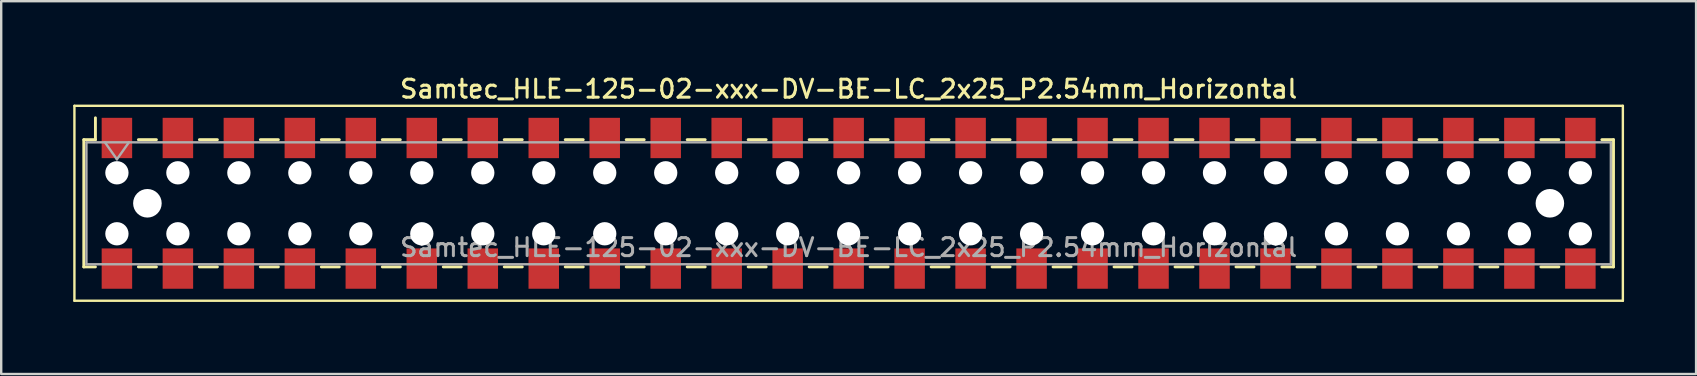
<source format=kicad_pcb>
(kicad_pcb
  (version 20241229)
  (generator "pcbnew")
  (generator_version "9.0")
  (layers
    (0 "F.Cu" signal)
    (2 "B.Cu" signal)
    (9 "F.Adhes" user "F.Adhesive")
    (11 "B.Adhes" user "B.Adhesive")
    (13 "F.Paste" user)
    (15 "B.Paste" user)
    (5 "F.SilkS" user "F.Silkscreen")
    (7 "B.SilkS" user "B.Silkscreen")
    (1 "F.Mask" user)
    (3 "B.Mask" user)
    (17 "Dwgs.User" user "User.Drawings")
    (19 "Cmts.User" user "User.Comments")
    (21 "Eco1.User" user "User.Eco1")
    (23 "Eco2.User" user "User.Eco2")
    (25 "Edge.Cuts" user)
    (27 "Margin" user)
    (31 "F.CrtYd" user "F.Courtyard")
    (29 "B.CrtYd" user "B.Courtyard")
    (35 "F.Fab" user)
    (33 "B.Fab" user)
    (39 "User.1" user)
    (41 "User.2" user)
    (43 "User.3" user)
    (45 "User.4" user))
  (footprint "Samtec_HLE-125-02-xxx-DV-BE-LC_2x25_P2.54mm_Horizontal"
    (layer "F.Cu")
    (at 32.3 5.418)
    (property "Reference" "Samtec_HLE-125-02-xxx-DV-BE-LC_2x25_P2.54mm_Horizontal" (at 0 -4.76 0) (layer "F.SilkS") (effects (font (size 0.75 0.75) (thickness 0.125))))
    (attr smd)
    (fp_line (start -32.25 -4.06) (end 32.25 -4.06) (stroke (width 0.1) (type solid)) (layer "F.SilkS"))
    (fp_line (start -32.25 4.06) (end -32.25 -4.06) (stroke (width 0.1) (type solid)) (layer "F.SilkS"))
    (fp_line (start -31.86 -2.65) (end -31.86 2.65) (stroke (width 0.12) (type solid)) (layer "F.SilkS"))
    (fp_line (start -31.86 2.65) (end -31.375 2.65) (stroke (width 0.12) (type solid)) (layer "F.SilkS"))
    (fp_line (start -31.375 -3.56) (end -31.375 -2.65) (stroke (width 0.12) (type solid)) (layer "F.SilkS"))
    (fp_line (start -31.375 -2.65) (end -31.86 -2.65) (stroke (width 0.12) (type solid)) (layer "F.SilkS"))
    (fp_line (start -29.585 -2.65) (end -28.835 -2.65) (stroke (width 0.12) (type solid)) (layer "F.SilkS"))
    (fp_line (start -29.585 2.65) (end -28.835 2.65) (stroke (width 0.12) (type solid)) (layer "F.SilkS"))
    (fp_line (start -27.045 -2.65) (end -26.295 -2.65) (stroke (width 0.12) (type solid)) (layer "F.SilkS"))
    (fp_line (start -27.045 2.65) (end -26.295 2.65) (stroke (width 0.12) (type solid)) (layer "F.SilkS"))
    (fp_line (start -24.505 -2.65) (end -23.755 -2.65) (stroke (width 0.12) (type solid)) (layer "F.SilkS"))
    (fp_line (start -24.505 2.65) (end -23.755 2.65) (stroke (width 0.12) (type solid)) (layer "F.SilkS"))
    (fp_line (start -21.965 -2.65) (end -21.215 -2.65) (stroke (width 0.12) (type solid)) (layer "F.SilkS"))
    (fp_line (start -21.965 2.65) (end -21.215 2.65) (stroke (width 0.12) (type solid)) (layer "F.SilkS"))
    (fp_line (start -19.425 -2.65) (end -18.675 -2.65) (stroke (width 0.12) (type solid)) (layer "F.SilkS"))
    (fp_line (start -19.425 2.65) (end -18.675 2.65) (stroke (width 0.12) (type solid)) (layer "F.SilkS"))
    (fp_line (start -16.885 -2.65) (end -16.135 -2.65) (stroke (width 0.12) (type solid)) (layer "F.SilkS"))
    (fp_line (start -16.885 2.65) (end -16.135 2.65) (stroke (width 0.12) (type solid)) (layer "F.SilkS"))
    (fp_line (start -14.345 -2.65) (end -13.595 -2.65) (stroke (width 0.12) (type solid)) (layer "F.SilkS"))
    (fp_line (start -14.345 2.65) (end -13.595 2.65) (stroke (width 0.12) (type solid)) (layer "F.SilkS"))
    (fp_line (start -11.805 -2.65) (end -11.055 -2.65) (stroke (width 0.12) (type solid)) (layer "F.SilkS"))
    (fp_line (start -11.805 2.65) (end -11.055 2.65) (stroke (width 0.12) (type solid)) (layer "F.SilkS"))
    (fp_line (start -9.265 -2.65) (end -8.515 -2.65) (stroke (width 0.12) (type solid)) (layer "F.SilkS"))
    (fp_line (start -9.265 2.65) (end -8.515 2.65) (stroke (width 0.12) (type solid)) (layer "F.SilkS"))
    (fp_line (start -6.725 -2.65) (end -5.975 -2.65) (stroke (width 0.12) (type solid)) (layer "F.SilkS"))
    (fp_line (start -6.725 2.65) (end -5.975 2.65) (stroke (width 0.12) (type solid)) (layer "F.SilkS"))
    (fp_line (start -4.185 -2.65) (end -3.435 -2.65) (stroke (width 0.12) (type solid)) (layer "F.SilkS"))
    (fp_line (start -4.185 2.65) (end -3.435 2.65) (stroke (width 0.12) (type solid)) (layer "F.SilkS"))
    (fp_line (start -1.645 -2.65) (end -0.895 -2.65) (stroke (width 0.12) (type solid)) (layer "F.SilkS"))
    (fp_line (start -1.645 2.65) (end -0.895 2.65) (stroke (width 0.12) (type solid)) (layer "F.SilkS"))
    (fp_line (start 0.895 -2.65) (end 1.645 -2.65) (stroke (width 0.12) (type solid)) (layer "F.SilkS"))
    (fp_line (start 0.895 2.65) (end 1.645 2.65) (stroke (width 0.12) (type solid)) (layer "F.SilkS"))
    (fp_line (start 3.435 -2.65) (end 4.185 -2.65) (stroke (width 0.12) (type solid)) (layer "F.SilkS"))
    (fp_line (start 3.435 2.65) (end 4.185 2.65) (stroke (width 0.12) (type solid)) (layer "F.SilkS"))
    (fp_line (start 5.975 -2.65) (end 6.725 -2.65) (stroke (width 0.12) (type solid)) (layer "F.SilkS"))
    (fp_line (start 5.975 2.65) (end 6.725 2.65) (stroke (width 0.12) (type solid)) (layer "F.SilkS"))
    (fp_line (start 8.515 -2.65) (end 9.265 -2.65) (stroke (width 0.12) (type solid)) (layer "F.SilkS"))
    (fp_line (start 8.515 2.65) (end 9.265 2.65) (stroke (width 0.12) (type solid)) (layer "F.SilkS"))
    (fp_line (start 11.055 -2.65) (end 11.805 -2.65) (stroke (width 0.12) (type solid)) (layer "F.SilkS"))
    (fp_line (start 11.055 2.65) (end 11.805 2.65) (stroke (width 0.12) (type solid)) (layer "F.SilkS"))
    (fp_line (start 13.595 -2.65) (end 14.345 -2.65) (stroke (width 0.12) (type solid)) (layer "F.SilkS"))
    (fp_line (start 13.595 2.65) (end 14.345 2.65) (stroke (width 0.12) (type solid)) (layer "F.SilkS"))
    (fp_line (start 16.135 -2.65) (end 16.885 -2.65) (stroke (width 0.12) (type solid)) (layer "F.SilkS"))
    (fp_line (start 16.135 2.65) (end 16.885 2.65) (stroke (width 0.12) (type solid)) (layer "F.SilkS"))
    (fp_line (start 18.675 -2.65) (end 19.425 -2.65) (stroke (width 0.12) (type solid)) (layer "F.SilkS"))
    (fp_line (start 18.675 2.65) (end 19.425 2.65) (stroke (width 0.12) (type solid)) (layer "F.SilkS"))
    (fp_line (start 21.215 -2.65) (end 21.965 -2.65) (stroke (width 0.12) (type solid)) (layer "F.SilkS"))
    (fp_line (start 21.215 2.65) (end 21.965 2.65) (stroke (width 0.12) (type solid)) (layer "F.SilkS"))
    (fp_line (start 23.755 -2.65) (end 24.505 -2.65) (stroke (width 0.12) (type solid)) (layer "F.SilkS"))
    (fp_line (start 23.755 2.65) (end 24.505 2.65) (stroke (width 0.12) (type solid)) (layer "F.SilkS"))
    (fp_line (start 26.295 -2.65) (end 27.045 -2.65) (stroke (width 0.12) (type solid)) (layer "F.SilkS"))
    (fp_line (start 26.295 2.65) (end 27.045 2.65) (stroke (width 0.12) (type solid)) (layer "F.SilkS"))
    (fp_line (start 28.835 -2.65) (end 29.585 -2.65) (stroke (width 0.12) (type solid)) (layer "F.SilkS"))
    (fp_line (start 28.835 2.65) (end 29.585 2.65) (stroke (width 0.12) (type solid)) (layer "F.SilkS"))
    (fp_line (start 31.375 -2.65) (end 31.86 -2.65) (stroke (width 0.12) (type solid)) (layer "F.SilkS"))
    (fp_line (start 31.86 -2.65) (end 31.86 2.65) (stroke (width 0.12) (type solid)) (layer "F.SilkS"))
    (fp_line (start 31.86 2.65) (end 31.375 2.65) (stroke (width 0.12) (type solid)) (layer "F.SilkS"))
    (fp_line (start 32.25 -4.06) (end 32.25 4.06) (stroke (width 0.1) (type solid)) (layer "F.SilkS"))
    (fp_line (start 32.25 4.06) (end -32.25 4.06) (stroke (width 0.1) (type solid)) (layer "F.SilkS"))
    (fp_line (start -31.75 -2.54) (end 31.75 -2.54) (stroke (width 0.1) (type solid)) (layer "F.Fab"))
    (fp_line (start -31.75 2.54) (end -31.75 -2.54) (stroke (width 0.1) (type solid)) (layer "F.Fab"))
    (fp_line (start -30.98 -2.54) (end -30.48 -1.833) (stroke (width 0.1) (type solid)) (layer "F.Fab"))
    (fp_line (start -30.48 -1.833) (end -29.98 -2.54) (stroke (width 0.1) (type solid)) (layer "F.Fab"))
    (fp_line (start 31.75 -2.54) (end 31.75 2.54) (stroke (width 0.1) (type solid)) (layer "F.Fab"))
    (fp_line (start 31.75 2.54) (end -31.75 2.54) (stroke (width 0.1) (type solid)) (layer "F.Fab"))
    (fp_text user "${REFERENCE}" (at 0 1.84 0) (layer "F.Fab") (effects (font (size 0.75 0.75) (thickness 0.125))))
    (pad "" np_thru_hole circle (at -30.48 -1.27) (size 0.97 0.97) (drill 0.97) (layers "*.Cu" "*.Mask"))
    (pad "" np_thru_hole circle (at -30.48 1.27) (size 0.97 0.97) (drill 0.97) (layers "*.Cu" "*.Mask"))
    (pad "" np_thru_hole circle (at -29.21 0) (size 1.19 1.19) (drill 1.19) (layers "*.Cu" "*.Mask"))
    (pad "" np_thru_hole circle (at -27.94 -1.27) (size 0.97 0.97) (drill 0.97) (layers "*.Cu" "*.Mask"))
    (pad "" np_thru_hole circle (at -27.94 1.27) (size 0.97 0.97) (drill 0.97) (layers "*.Cu" "*.Mask"))
    (pad "" np_thru_hole circle (at -25.4 -1.27) (size 0.97 0.97) (drill 0.97) (layers "*.Cu" "*.Mask"))
    (pad "" np_thru_hole circle (at -25.4 1.27) (size 0.97 0.97) (drill 0.97) (layers "*.Cu" "*.Mask"))
    (pad "" np_thru_hole circle (at -22.86 -1.27) (size 0.97 0.97) (drill 0.97) (layers "*.Cu" "*.Mask"))
    (pad "" np_thru_hole circle (at -22.86 1.27) (size 0.97 0.97) (drill 0.97) (layers "*.Cu" "*.Mask"))
    (pad "" np_thru_hole circle (at -20.32 -1.27) (size 0.97 0.97) (drill 0.97) (layers "*.Cu" "*.Mask"))
    (pad "" np_thru_hole circle (at -20.32 1.27) (size 0.97 0.97) (drill 0.97) (layers "*.Cu" "*.Mask"))
    (pad "" np_thru_hole circle (at -17.78 -1.27) (size 0.97 0.97) (drill 0.97) (layers "*.Cu" "*.Mask"))
    (pad "" np_thru_hole circle (at -17.78 1.27) (size 0.97 0.97) (drill 0.97) (layers "*.Cu" "*.Mask"))
    (pad "" np_thru_hole circle (at -15.24 -1.27) (size 0.97 0.97) (drill 0.97) (layers "*.Cu" "*.Mask"))
    (pad "" np_thru_hole circle (at -15.24 1.27) (size 0.97 0.97) (drill 0.97) (layers "*.Cu" "*.Mask"))
    (pad "" np_thru_hole circle (at -12.7 -1.27) (size 0.97 0.97) (drill 0.97) (layers "*.Cu" "*.Mask"))
    (pad "" np_thru_hole circle (at -12.7 1.27) (size 0.97 0.97) (drill 0.97) (layers "*.Cu" "*.Mask"))
    (pad "" np_thru_hole circle (at -10.16 -1.27) (size 0.97 0.97) (drill 0.97) (layers "*.Cu" "*.Mask"))
    (pad "" np_thru_hole circle (at -10.16 1.27) (size 0.97 0.97) (drill 0.97) (layers "*.Cu" "*.Mask"))
    (pad "" np_thru_hole circle (at -7.62 -1.27) (size 0.97 0.97) (drill 0.97) (layers "*.Cu" "*.Mask"))
    (pad "" np_thru_hole circle (at -7.62 1.27) (size 0.97 0.97) (drill 0.97) (layers "*.Cu" "*.Mask"))
    (pad "" np_thru_hole circle (at -5.08 -1.27) (size 0.97 0.97) (drill 0.97) (layers "*.Cu" "*.Mask"))
    (pad "" np_thru_hole circle (at -5.08 1.27) (size 0.97 0.97) (drill 0.97) (layers "*.Cu" "*.Mask"))
    (pad "" np_thru_hole circle (at -2.54 -1.27) (size 0.97 0.97) (drill 0.97) (layers "*.Cu" "*.Mask"))
    (pad "" np_thru_hole circle (at -2.54 1.27) (size 0.97 0.97) (drill 0.97) (layers "*.Cu" "*.Mask"))
    (pad "" np_thru_hole circle (at 0 -1.27) (size 0.97 0.97) (drill 0.97) (layers "*.Cu" "*.Mask"))
    (pad "" np_thru_hole circle (at 0 1.27) (size 0.97 0.97) (drill 0.97) (layers "*.Cu" "*.Mask"))
    (pad "" np_thru_hole circle (at 2.54 -1.27) (size 0.97 0.97) (drill 0.97) (layers "*.Cu" "*.Mask"))
    (pad "" np_thru_hole circle (at 2.54 1.27) (size 0.97 0.97) (drill 0.97) (layers "*.Cu" "*.Mask"))
    (pad "" np_thru_hole circle (at 5.08 -1.27) (size 0.97 0.97) (drill 0.97) (layers "*.Cu" "*.Mask"))
    (pad "" np_thru_hole circle (at 5.08 1.27) (size 0.97 0.97) (drill 0.97) (layers "*.Cu" "*.Mask"))
    (pad "" np_thru_hole circle (at 7.62 -1.27) (size 0.97 0.97) (drill 0.97) (layers "*.Cu" "*.Mask"))
    (pad "" np_thru_hole circle (at 7.62 1.27) (size 0.97 0.97) (drill 0.97) (layers "*.Cu" "*.Mask"))
    (pad "" np_thru_hole circle (at 10.16 -1.27) (size 0.97 0.97) (drill 0.97) (layers "*.Cu" "*.Mask"))
    (pad "" np_thru_hole circle (at 10.16 1.27) (size 0.97 0.97) (drill 0.97) (layers "*.Cu" "*.Mask"))
    (pad "" np_thru_hole circle (at 12.7 -1.27) (size 0.97 0.97) (drill 0.97) (layers "*.Cu" "*.Mask"))
    (pad "" np_thru_hole circle (at 12.7 1.27) (size 0.97 0.97) (drill 0.97) (layers "*.Cu" "*.Mask"))
    (pad "" np_thru_hole circle (at 15.24 -1.27) (size 0.97 0.97) (drill 0.97) (layers "*.Cu" "*.Mask"))
    (pad "" np_thru_hole circle (at 15.24 1.27) (size 0.97 0.97) (drill 0.97) (layers "*.Cu" "*.Mask"))
    (pad "" np_thru_hole circle (at 17.78 -1.27) (size 0.97 0.97) (drill 0.97) (layers "*.Cu" "*.Mask"))
    (pad "" np_thru_hole circle (at 17.78 1.27) (size 0.97 0.97) (drill 0.97) (layers "*.Cu" "*.Mask"))
    (pad "" np_thru_hole circle (at 20.32 -1.27) (size 0.97 0.97) (drill 0.97) (layers "*.Cu" "*.Mask"))
    (pad "" np_thru_hole circle (at 20.32 1.27) (size 0.97 0.97) (drill 0.97) (layers "*.Cu" "*.Mask"))
    (pad "" np_thru_hole circle (at 22.86 -1.27) (size 0.97 0.97) (drill 0.97) (layers "*.Cu" "*.Mask"))
    (pad "" np_thru_hole circle (at 22.86 1.27) (size 0.97 0.97) (drill 0.97) (layers "*.Cu" "*.Mask"))
    (pad "" np_thru_hole circle (at 25.4 -1.27) (size 0.97 0.97) (drill 0.97) (layers "*.Cu" "*.Mask"))
    (pad "" np_thru_hole circle (at 25.4 1.27) (size 0.97 0.97) (drill 0.97) (layers "*.Cu" "*.Mask"))
    (pad "" np_thru_hole circle (at 27.94 -1.27) (size 0.97 0.97) (drill 0.97) (layers "*.Cu" "*.Mask"))
    (pad "" np_thru_hole circle (at 27.94 1.27) (size 0.97 0.97) (drill 0.97) (layers "*.Cu" "*.Mask"))
    (pad "" np_thru_hole circle (at 29.21 0) (size 1.19 1.19) (drill 1.19) (layers "*.Cu" "*.Mask"))
    (pad "" np_thru_hole circle (at 30.48 -1.27) (size 0.97 0.97) (drill 0.97) (layers "*.Cu" "*.Mask"))
    (pad "" np_thru_hole circle (at 30.48 1.27) (size 0.97 0.97) (drill 0.97) (layers "*.Cu" "*.Mask"))
    (pad "1" smd rect (at -30.48 -2.72) (size 1.27 1.68) (layers "F.Cu" "F.Mask" "F.Paste"))
    (pad "2" smd rect (at -30.48 2.72) (size 1.27 1.68) (layers "F.Cu" "F.Mask" "F.Paste"))
    (pad "3" smd rect (at -27.94 -2.72) (size 1.27 1.68) (layers "F.Cu" "F.Mask" "F.Paste"))
    (pad "4" smd rect (at -27.94 2.72) (size 1.27 1.68) (layers "F.Cu" "F.Mask" "F.Paste"))
    (pad "5" smd rect (at -25.4 -2.72) (size 1.27 1.68) (layers "F.Cu" "F.Mask" "F.Paste"))
    (pad "6" smd rect (at -25.4 2.72) (size 1.27 1.68) (layers "F.Cu" "F.Mask" "F.Paste"))
    (pad "7" smd rect (at -22.86 -2.72) (size 1.27 1.68) (layers "F.Cu" "F.Mask" "F.Paste"))
    (pad "8" smd rect (at -22.86 2.72) (size 1.27 1.68) (layers "F.Cu" "F.Mask" "F.Paste"))
    (pad "9" smd rect (at -20.32 -2.72) (size 1.27 1.68) (layers "F.Cu" "F.Mask" "F.Paste"))
    (pad "10" smd rect (at -20.32 2.72) (size 1.27 1.68) (layers "F.Cu" "F.Mask" "F.Paste"))
    (pad "11" smd rect (at -17.78 -2.72) (size 1.27 1.68) (layers "F.Cu" "F.Mask" "F.Paste"))
    (pad "12" smd rect (at -17.78 2.72) (size 1.27 1.68) (layers "F.Cu" "F.Mask" "F.Paste"))
    (pad "13" smd rect (at -15.24 -2.72) (size 1.27 1.68) (layers "F.Cu" "F.Mask" "F.Paste"))
    (pad "14" smd rect (at -15.24 2.72) (size 1.27 1.68) (layers "F.Cu" "F.Mask" "F.Paste"))
    (pad "15" smd rect (at -12.7 -2.72) (size 1.27 1.68) (layers "F.Cu" "F.Mask" "F.Paste"))
    (pad "16" smd rect (at -12.7 2.72) (size 1.27 1.68) (layers "F.Cu" "F.Mask" "F.Paste"))
    (pad "17" smd rect (at -10.16 -2.72) (size 1.27 1.68) (layers "F.Cu" "F.Mask" "F.Paste"))
    (pad "18" smd rect (at -10.16 2.72) (size 1.27 1.68) (layers "F.Cu" "F.Mask" "F.Paste"))
    (pad "19" smd rect (at -7.62 -2.72) (size 1.27 1.68) (layers "F.Cu" "F.Mask" "F.Paste"))
    (pad "20" smd rect (at -7.62 2.72) (size 1.27 1.68) (layers "F.Cu" "F.Mask" "F.Paste"))
    (pad "21" smd rect (at -5.08 -2.72) (size 1.27 1.68) (layers "F.Cu" "F.Mask" "F.Paste"))
    (pad "22" smd rect (at -5.08 2.72) (size 1.27 1.68) (layers "F.Cu" "F.Mask" "F.Paste"))
    (pad "23" smd rect (at -2.54 -2.72) (size 1.27 1.68) (layers "F.Cu" "F.Mask" "F.Paste"))
    (pad "24" smd rect (at -2.54 2.72) (size 1.27 1.68) (layers "F.Cu" "F.Mask" "F.Paste"))
    (pad "25" smd rect (at 0 -2.72) (size 1.27 1.68) (layers "F.Cu" "F.Mask" "F.Paste"))
    (pad "26" smd rect (at 0 2.72) (size 1.27 1.68) (layers "F.Cu" "F.Mask" "F.Paste"))
    (pad "27" smd rect (at 2.54 -2.72) (size 1.27 1.68) (layers "F.Cu" "F.Mask" "F.Paste"))
    (pad "28" smd rect (at 2.54 2.72) (size 1.27 1.68) (layers "F.Cu" "F.Mask" "F.Paste"))
    (pad "29" smd rect (at 5.08 -2.72) (size 1.27 1.68) (layers "F.Cu" "F.Mask" "F.Paste"))
    (pad "30" smd rect (at 5.08 2.72) (size 1.27 1.68) (layers "F.Cu" "F.Mask" "F.Paste"))
    (pad "31" smd rect (at 7.62 -2.72) (size 1.27 1.68) (layers "F.Cu" "F.Mask" "F.Paste"))
    (pad "32" smd rect (at 7.62 2.72) (size 1.27 1.68) (layers "F.Cu" "F.Mask" "F.Paste"))
    (pad "33" smd rect (at 10.16 -2.72) (size 1.27 1.68) (layers "F.Cu" "F.Mask" "F.Paste"))
    (pad "34" smd rect (at 10.16 2.72) (size 1.27 1.68) (layers "F.Cu" "F.Mask" "F.Paste"))
    (pad "35" smd rect (at 12.7 -2.72) (size 1.27 1.68) (layers "F.Cu" "F.Mask" "F.Paste"))
    (pad "36" smd rect (at 12.7 2.72) (size 1.27 1.68) (layers "F.Cu" "F.Mask" "F.Paste"))
    (pad "37" smd rect (at 15.24 -2.72) (size 1.27 1.68) (layers "F.Cu" "F.Mask" "F.Paste"))
    (pad "38" smd rect (at 15.24 2.72) (size 1.27 1.68) (layers "F.Cu" "F.Mask" "F.Paste"))
    (pad "39" smd rect (at 17.78 -2.72) (size 1.27 1.68) (layers "F.Cu" "F.Mask" "F.Paste"))
    (pad "40" smd rect (at 17.78 2.72) (size 1.27 1.68) (layers "F.Cu" "F.Mask" "F.Paste"))
    (pad "41" smd rect (at 20.32 -2.72) (size 1.27 1.68) (layers "F.Cu" "F.Mask" "F.Paste"))
    (pad "42" smd rect (at 20.32 2.72) (size 1.27 1.68) (layers "F.Cu" "F.Mask" "F.Paste"))
    (pad "43" smd rect (at 22.86 -2.72) (size 1.27 1.68) (layers "F.Cu" "F.Mask" "F.Paste"))
    (pad "44" smd rect (at 22.86 2.72) (size 1.27 1.68) (layers "F.Cu" "F.Mask" "F.Paste"))
    (pad "45" smd rect (at 25.4 -2.72) (size 1.27 1.68) (layers "F.Cu" "F.Mask" "F.Paste"))
    (pad "46" smd rect (at 25.4 2.72) (size 1.27 1.68) (layers "F.Cu" "F.Mask" "F.Paste"))
    (pad "47" smd rect (at 27.94 -2.72) (size 1.27 1.68) (layers "F.Cu" "F.Mask" "F.Paste"))
    (pad "48" smd rect (at 27.94 2.72) (size 1.27 1.68) (layers "F.Cu" "F.Mask" "F.Paste"))
    (pad "49" smd rect (at 30.48 -2.72) (size 1.27 1.68) (layers "F.Cu" "F.Mask" "F.Paste"))
    (pad "50" smd rect (at 30.48 2.72) (size 1.27 1.68) (layers "F.Cu" "F.Mask" "F.Paste")))
  (gr_rect
    (start -3 -3)
    (end 67.6 12.528)
    (stroke (width 0.1) (type default))
    (fill no)
    (layer "Edge.Cuts")))
</source>
